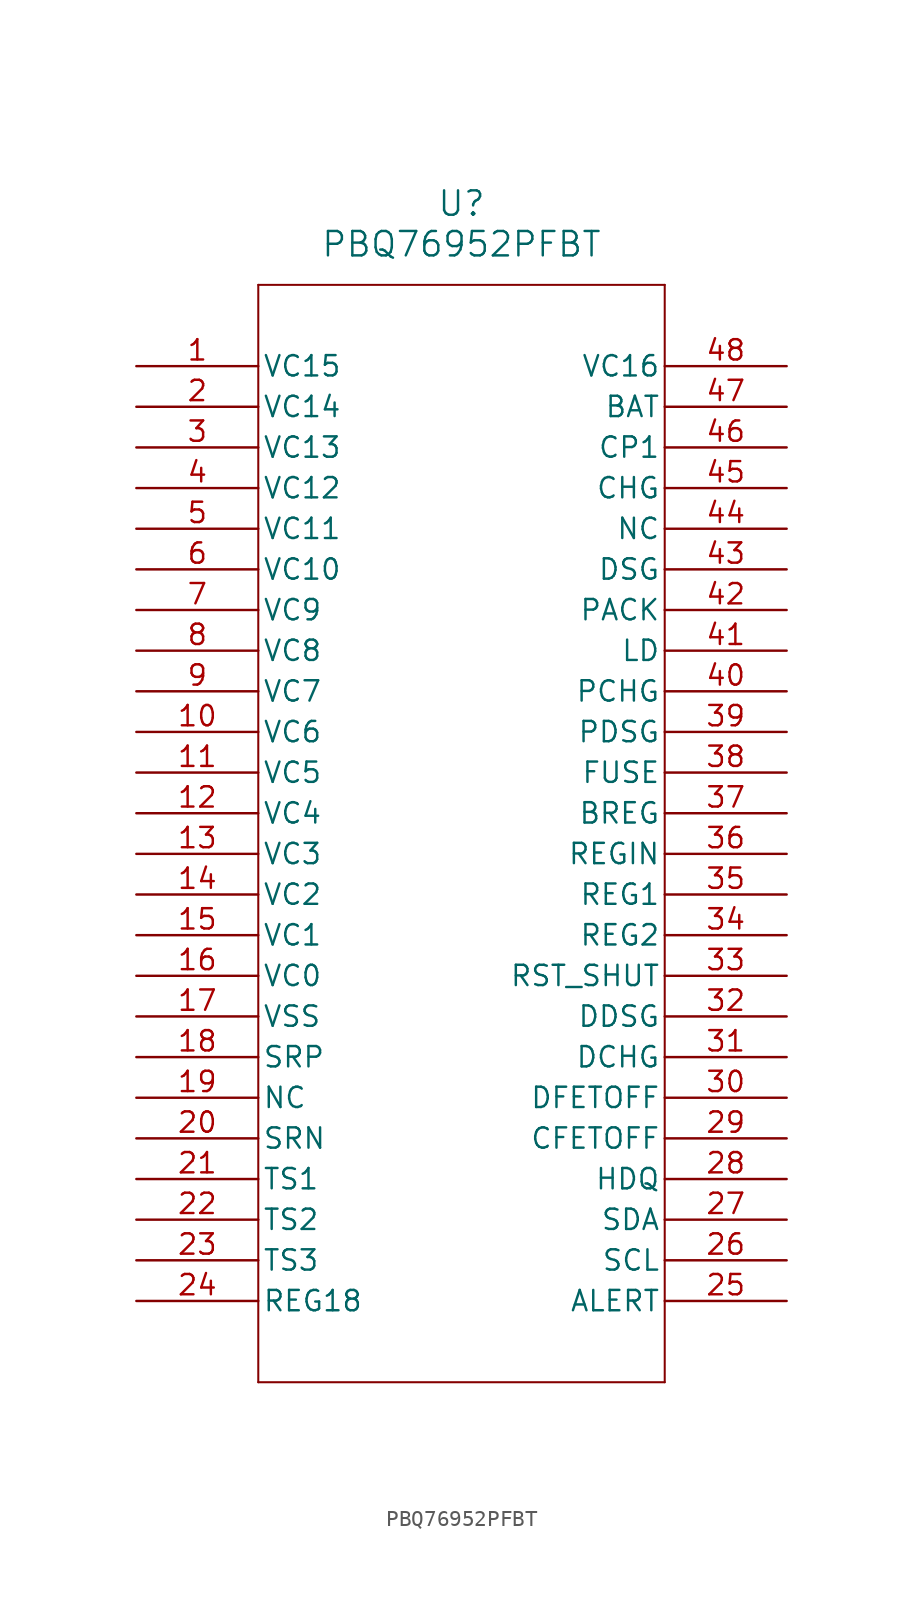
<source format=kicad_sym>
(kicad_symbol_lib
  (version 20241209)
  (generator "kicad_symbol_editor")
  (generator_version "9.0")
  (symbol "PBQ76952PFBT"
    (pin_names
      (offset 0.254))
    (property "Reference" "U"
      (at 20.32 10.16 0)
      (effects (font (size 1.524 1.524))))
    (property "Value" "PBQ76952PFBT"
      (at 20.32 7.62 0)
      (effects (font (size 1.524 1.524))))
    (property "ki_locked" ""
      (at 0 0 0)
      (effects (font (size 1.27 1.27))))
    (symbol "PBQ76952PFBT_0_1"
      (polyline (pts (xy 7.62 5.08) (xy 7.62 -63.5)) (stroke (width 0.127) (type default)) (fill (type none)))
      (polyline (pts (xy 7.62 -63.5) (xy 33.02 -63.5)) (stroke (width 0.127) (type default)) (fill (type none)))
      (polyline (pts (xy 33.02 5.08) (xy 7.62 5.08)) (stroke (width 0.127) (type default)) (fill (type none)))
      (polyline (pts (xy 33.02 -63.5) (xy 33.02 5.08)) (stroke (width 0.127) (type default)) (fill (type none)))
      (pin input line (at 0 0 0) (length 7.62) (name "VC15" (effects (font (size 1.27 1.27)))) (number "1" (effects (font (size 1.27 1.27)))))
      (pin input line (at 0 -2.54 0) (length 7.62) (name "VC14" (effects (font (size 1.27 1.27)))) (number "2" (effects (font (size 1.27 1.27)))))
      (pin input line (at 0 -5.08 0) (length 7.62) (name "VC13" (effects (font (size 1.27 1.27)))) (number "3" (effects (font (size 1.27 1.27)))))
      (pin input line (at 0 -7.62 0) (length 7.62) (name "VC12" (effects (font (size 1.27 1.27)))) (number "4" (effects (font (size 1.27 1.27)))))
      (pin input line (at 0 -10.16 0) (length 7.62) (name "VC11" (effects (font (size 1.27 1.27)))) (number "5" (effects (font (size 1.27 1.27)))))
      (pin input line (at 0 -12.7 0) (length 7.62) (name "VC10" (effects (font (size 1.27 1.27)))) (number "6" (effects (font (size 1.27 1.27)))))
      (pin input line (at 0 -15.24 0) (length 7.62) (name "VC9" (effects (font (size 1.27 1.27)))) (number "7" (effects (font (size 1.27 1.27)))))
      (pin input line (at 0 -17.78 0) (length 7.62) (name "VC8" (effects (font (size 1.27 1.27)))) (number "8" (effects (font (size 1.27 1.27)))))
      (pin input line (at 0 -20.32 0) (length 7.62) (name "VC7" (effects (font (size 1.27 1.27)))) (number "9" (effects (font (size 1.27 1.27)))))
      (pin input line (at 0 -22.86 0) (length 7.62) (name "VC6" (effects (font (size 1.27 1.27)))) (number "10" (effects (font (size 1.27 1.27)))))
      (pin input line (at 0 -25.4 0) (length 7.62) (name "VC5" (effects (font (size 1.27 1.27)))) (number "11" (effects (font (size 1.27 1.27)))))
      (pin input line (at 0 -27.94 0) (length 7.62) (name "VC4" (effects (font (size 1.27 1.27)))) (number "12" (effects (font (size 1.27 1.27)))))
      (pin input line (at 0 -30.48 0) (length 7.62) (name "VC3" (effects (font (size 1.27 1.27)))) (number "13" (effects (font (size 1.27 1.27)))))
      (pin input line (at 0 -33.02 0) (length 7.62) (name "VC2" (effects (font (size 1.27 1.27)))) (number "14" (effects (font (size 1.27 1.27)))))
      (pin input line (at 0 -35.56 0) (length 7.62) (name "VC1" (effects (font (size 1.27 1.27)))) (number "15" (effects (font (size 1.27 1.27)))))
      (pin input line (at 0 -38.1 0) (length 7.62) (name "VC0" (effects (font (size 1.27 1.27)))) (number "16" (effects (font (size 1.27 1.27)))))
      (pin power_in line (at 0 -40.64 0) (length 7.62) (name "VSS" (effects (font (size 1.27 1.27)))) (number "17" (effects (font (size 1.27 1.27)))))
      (pin input line (at 0 -43.18 0) (length 7.62) (name "SRP" (effects (font (size 1.27 1.27)))) (number "18" (effects (font (size 1.27 1.27)))))
      (pin unspecified line (at 0 -45.72 0) (length 7.62) (name "NC" (effects (font (size 1.27 1.27)))) (number "19" (effects (font (size 1.27 1.27)))))
      (pin input line (at 0 -48.26 0) (length 7.62) (name "SRN" (effects (font (size 1.27 1.27)))) (number "20" (effects (font (size 1.27 1.27)))))
      (pin bidirectional line (at 0 -50.8 0) (length 7.62) (name "TS1" (effects (font (size 1.27 1.27)))) (number "21" (effects (font (size 1.27 1.27)))))
      (pin bidirectional line (at 0 -53.34 0) (length 7.62) (name "TS2" (effects (font (size 1.27 1.27)))) (number "22" (effects (font (size 1.27 1.27)))))
      (pin bidirectional line (at 0 -55.88 0) (length 7.62) (name "TS3" (effects (font (size 1.27 1.27)))) (number "23" (effects (font (size 1.27 1.27)))))
      (pin output line (at 0 -58.42 0) (length 7.62) (name "REG18" (effects (font (size 1.27 1.27)))) (number "24" (effects (font (size 1.27 1.27)))))
      (pin input line (at 40.64 0 180) (length 7.62) (name "VC16" (effects (font (size 1.27 1.27)))) (number "48" (effects (font (size 1.27 1.27)))))
      (pin input line (at 40.64 -2.54 180) (length 7.62) (name "BAT" (effects (font (size 1.27 1.27)))) (number "47" (effects (font (size 1.27 1.27)))))
      (pin bidirectional line (at 40.64 -5.08 180) (length 7.62) (name "CP1" (effects (font (size 1.27 1.27)))) (number "46" (effects (font (size 1.27 1.27)))))
      (pin output line (at 40.64 -7.62 180) (length 7.62) (name "CHG" (effects (font (size 1.27 1.27)))) (number "45" (effects (font (size 1.27 1.27)))))
      (pin unspecified line (at 40.64 -10.16 180) (length 7.62) (name "NC" (effects (font (size 1.27 1.27)))) (number "44" (effects (font (size 1.27 1.27)))))
      (pin output line (at 40.64 -12.7 180) (length 7.62) (name "DSG" (effects (font (size 1.27 1.27)))) (number "43" (effects (font (size 1.27 1.27)))))
      (pin input line (at 40.64 -15.24 180) (length 7.62) (name "PACK" (effects (font (size 1.27 1.27)))) (number "42" (effects (font (size 1.27 1.27)))))
      (pin bidirectional line (at 40.64 -17.78 180) (length 7.62) (name "LD" (effects (font (size 1.27 1.27)))) (number "41" (effects (font (size 1.27 1.27)))))
      (pin output line (at 40.64 -20.32 180) (length 7.62) (name "PCHG" (effects (font (size 1.27 1.27)))) (number "40" (effects (font (size 1.27 1.27)))))
      (pin output line (at 40.64 -22.86 180) (length 7.62) (name "PDSG" (effects (font (size 1.27 1.27)))) (number "39" (effects (font (size 1.27 1.27)))))
      (pin bidirectional line (at 40.64 -25.4 180) (length 7.62) (name "FUSE" (effects (font (size 1.27 1.27)))) (number "38" (effects (font (size 1.27 1.27)))))
      (pin output line (at 40.64 -27.94 180) (length 7.62) (name "BREG" (effects (font (size 1.27 1.27)))) (number "37" (effects (font (size 1.27 1.27)))))
      (pin input line (at 40.64 -30.48 180) (length 7.62) (name "REGIN" (effects (font (size 1.27 1.27)))) (number "36" (effects (font (size 1.27 1.27)))))
      (pin output line (at 40.64 -33.02 180) (length 7.62) (name "REG1" (effects (font (size 1.27 1.27)))) (number "35" (effects (font (size 1.27 1.27)))))
      (pin output line (at 40.64 -35.56 180) (length 7.62) (name "REG2" (effects (font (size 1.27 1.27)))) (number "34" (effects (font (size 1.27 1.27)))))
      (pin input line (at 40.64 -38.1 180) (length 7.62) (name "RST_SHUT" (effects (font (size 1.27 1.27)))) (number "33" (effects (font (size 1.27 1.27)))))
      (pin bidirectional line (at 40.64 -40.64 180) (length 7.62) (name "DDSG" (effects (font (size 1.27 1.27)))) (number "32" (effects (font (size 1.27 1.27)))))
      (pin bidirectional line (at 40.64 -43.18 180) (length 7.62) (name "DCHG" (effects (font (size 1.27 1.27)))) (number "31" (effects (font (size 1.27 1.27)))))
      (pin bidirectional line (at 40.64 -45.72 180) (length 7.62) (name "DFETOFF" (effects (font (size 1.27 1.27)))) (number "30" (effects (font (size 1.27 1.27)))))
      (pin bidirectional line (at 40.64 -48.26 180) (length 7.62) (name "CFETOFF" (effects (font (size 1.27 1.27)))) (number "29" (effects (font (size 1.27 1.27)))))
      (pin bidirectional line (at 40.64 -50.8 180) (length 7.62) (name "HDQ" (effects (font (size 1.27 1.27)))) (number "28" (effects (font (size 1.27 1.27)))))
      (pin bidirectional line (at 40.64 -53.34 180) (length 7.62) (name "SDA" (effects (font (size 1.27 1.27)))) (number "27" (effects (font (size 1.27 1.27)))))
      (pin bidirectional line (at 40.64 -55.88 180) (length 7.62) (name "SCL" (effects (font (size 1.27 1.27)))) (number "26" (effects (font (size 1.27 1.27)))))
      (pin bidirectional line (at 40.64 -58.42 180) (length 7.62) (name "ALERT" (effects (font (size 1.27 1.27)))) (number "25" (effects (font (size 1.27 1.27))))))))
</source>
